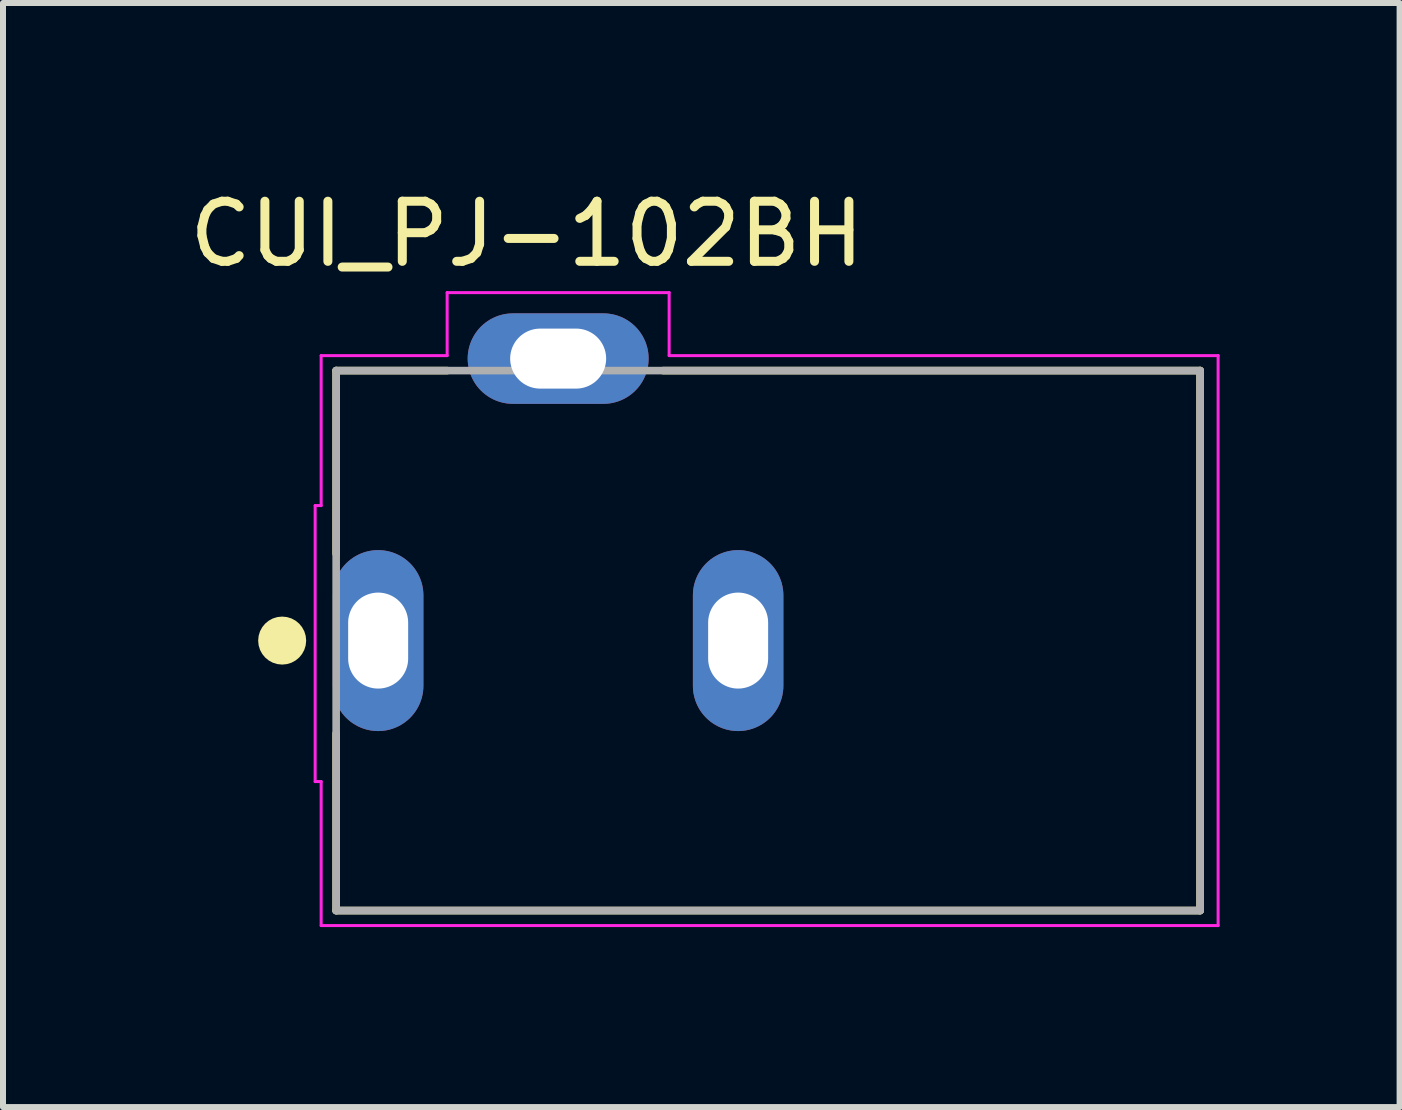
<source format=kicad_pcb>
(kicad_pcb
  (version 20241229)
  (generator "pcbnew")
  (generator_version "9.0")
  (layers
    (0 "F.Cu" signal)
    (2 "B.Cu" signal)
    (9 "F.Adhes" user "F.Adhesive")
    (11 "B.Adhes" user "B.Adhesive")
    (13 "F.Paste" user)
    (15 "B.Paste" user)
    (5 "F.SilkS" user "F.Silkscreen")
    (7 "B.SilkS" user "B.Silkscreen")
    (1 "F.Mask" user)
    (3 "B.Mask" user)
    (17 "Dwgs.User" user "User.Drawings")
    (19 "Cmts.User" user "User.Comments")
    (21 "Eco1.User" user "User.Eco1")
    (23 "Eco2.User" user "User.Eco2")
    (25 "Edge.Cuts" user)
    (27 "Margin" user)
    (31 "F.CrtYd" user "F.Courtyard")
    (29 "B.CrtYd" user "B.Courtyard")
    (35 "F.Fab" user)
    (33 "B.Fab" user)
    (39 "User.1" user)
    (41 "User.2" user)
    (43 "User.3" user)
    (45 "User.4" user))
  (footprint "CUI_PJ-102BH"
    (layer "F.Cu")
    (at 9.753 7.627)
    (property "Reference" "CUI_PJ-102BH" (at -4.022 -6.777 0) (layer "F.SilkS") (effects (font (size 1.002 1.002) (thickness 0.15))))
    (attr through_hole)
    (fp_line (start -7.2 -4.5) (end -5.35 -4.5) (stroke (width 0.127) (type solid)) (layer "F.SilkS"))
    (fp_line (start -7.2 -1.45) (end -7.2 -4.5) (stroke (width 0.127) (type solid)) (layer "F.SilkS"))
    (fp_line (start -7.2 4.5) (end -7.2 1.55) (stroke (width 0.127) (type solid)) (layer "F.SilkS"))
    (fp_line (start -1.75 -4.5) (end 7.2 -4.5) (stroke (width 0.127) (type solid)) (layer "F.SilkS"))
    (fp_line (start 7.2 -4.5) (end 7.2 4.5) (stroke (width 0.127) (type solid)) (layer "F.SilkS"))
    (fp_line (start 7.2 4.5) (end -7.2 4.5) (stroke (width 0.127) (type solid)) (layer "F.SilkS"))
    (fp_circle (center -8.1 0) (end -7.9 0) (stroke (width 0.4) (type solid)) (fill no) (layer "F.SilkS"))
    (fp_line (start -7.55 -2.25) (end -7.55 2.35) (stroke (width 0.05) (type solid)) (layer "F.CrtYd"))
    (fp_line (start -7.55 2.35) (end -7.45 2.35) (stroke (width 0.05) (type solid)) (layer "F.CrtYd"))
    (fp_line (start -7.45 -4.75) (end -5.35 -4.75) (stroke (width 0.05) (type solid)) (layer "F.CrtYd"))
    (fp_line (start -7.45 -2.25) (end -7.55 -2.25) (stroke (width 0.05) (type solid)) (layer "F.CrtYd"))
    (fp_line (start -7.45 -2.25) (end -7.45 -4.75) (stroke (width 0.05) (type solid)) (layer "F.CrtYd"))
    (fp_line (start -7.45 4.75) (end -7.45 2.35) (stroke (width 0.05) (type solid)) (layer "F.CrtYd"))
    (fp_line (start -5.35 -5.8) (end -1.65 -5.8) (stroke (width 0.05) (type solid)) (layer "F.CrtYd"))
    (fp_line (start -5.35 -4.75) (end -5.35 -5.8) (stroke (width 0.05) (type solid)) (layer "F.CrtYd"))
    (fp_line (start -1.65 -5.8) (end -1.65 -4.75) (stroke (width 0.05) (type solid)) (layer "F.CrtYd"))
    (fp_line (start -1.65 -4.75) (end 7.5 -4.75) (stroke (width 0.05) (type solid)) (layer "F.CrtYd"))
    (fp_line (start 7.5 -4.75) (end 7.5 4.75) (stroke (width 0.05) (type solid)) (layer "F.CrtYd"))
    (fp_line (start 7.5 4.75) (end -7.45 4.75) (stroke (width 0.05) (type solid)) (layer "F.CrtYd"))
    (fp_line (start -7.2 -4.5) (end 7.2 -4.5) (stroke (width 0.127) (type solid)) (layer "F.Fab"))
    (fp_line (start -7.2 4.5) (end -7.2 -4.5) (stroke (width 0.127) (type solid)) (layer "F.Fab"))
    (fp_line (start 7.2 -4.5) (end 7.2 4.5) (stroke (width 0.127) (type solid)) (layer "F.Fab"))
    (fp_line (start 7.2 4.5) (end -7.2 4.5) (stroke (width 0.127) (type solid)) (layer "F.Fab"))
    (pad "1" thru_hole oval (at -6.5 0) (size 1.508 3.016) (drill oval 1 1.6) (layers "*.Cu" "*.Mask"))
    (pad "2" thru_hole oval (at -0.5 0) (size 1.508 3.016) (drill oval 1 1.6) (layers "*.Cu" "*.Mask"))
    (pad "3" thru_hole oval (at -3.5 -4.7) (size 3.016 1.508) (drill oval 1.6 1) (layers "*.Cu" "*.Mask")))
  (gr_rect
    (start -3 -3)
    (end 20.278 15.402)
    (stroke (width 0.1) (type default))
    (fill no)
    (layer "Edge.Cuts")))
</source>
